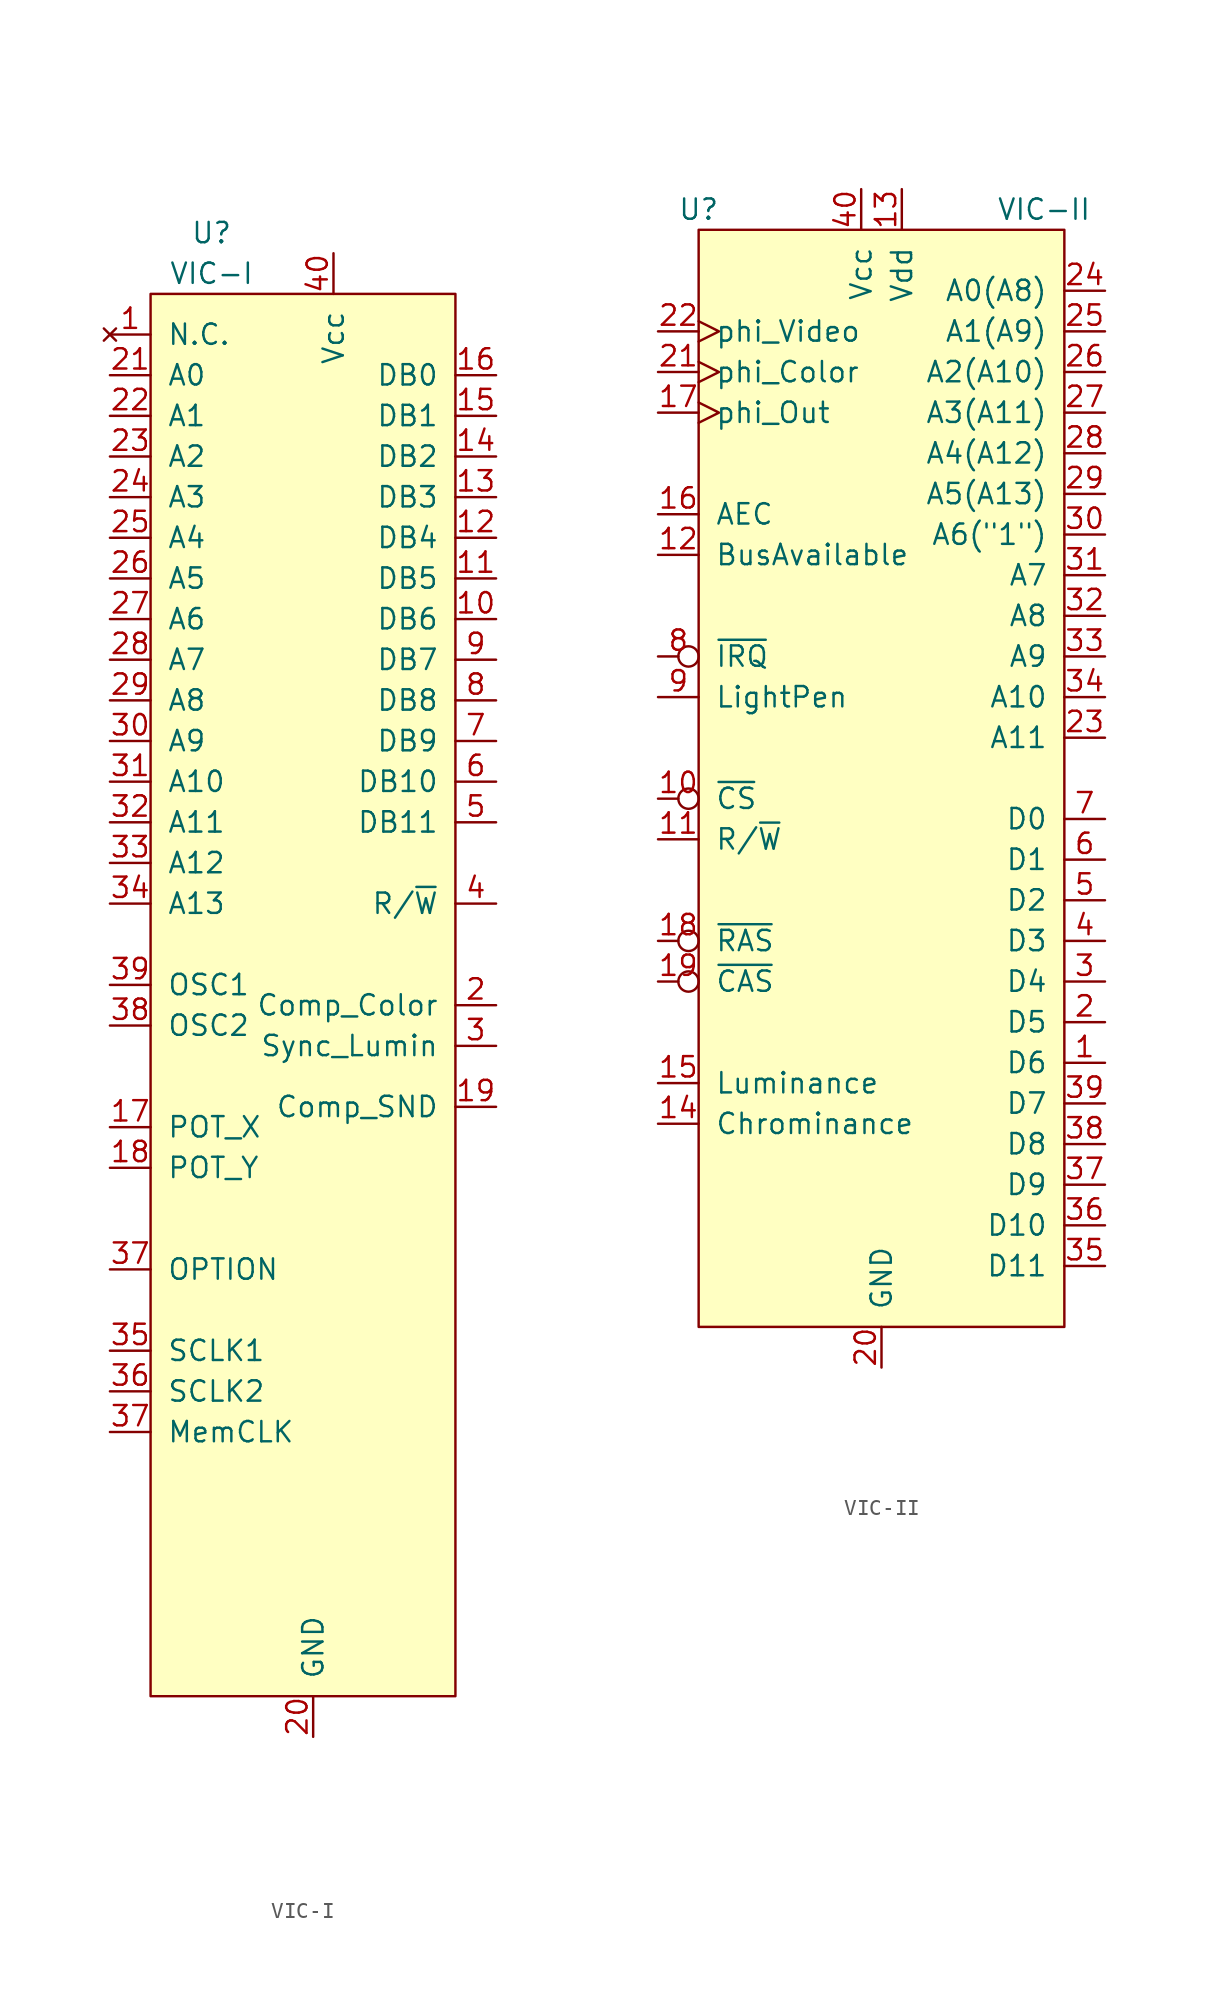
<source format=kicad_sym>
(kicad_symbol_lib
  (version 20201005)
  (generator kicad_symbol_editor)
  (symbol "C64:VIC-I"
    (pin_names
      (offset 1.016))
    (property "Reference" "U"
      (at -6.35 -2.54 0)
      (effects (font (size 1.27 1.27))))
    (property "Value" "VIC-I"
      (at -6.35 -5.08 0)
      (effects (font (size 1.27 1.27))))
    (symbol "VIC-I_0_1"
      (rectangle (start -10.16 -6.35) (end 8.89 -93.98) (stroke (width 0)) (fill (type background))))
    (symbol "VIC-I_1_1"
      (pin no_connect line (at -12.7 -8.89 0) (length 2.54) (name "N.C." (effects (font (size 1.27 1.27)))) (number "1" (effects (font (size 1.27 1.27)))))
      (pin bidirectional line (at 11.43 -26.67 180) (length 2.54) (name "DB6" (effects (font (size 1.27 1.27)))) (number "10" (effects (font (size 1.27 1.27)))))
      (pin bidirectional line (at 11.43 -24.13 180) (length 2.54) (name "DB5" (effects (font (size 1.27 1.27)))) (number "11" (effects (font (size 1.27 1.27)))))
      (pin bidirectional line (at 11.43 -21.59 180) (length 2.54) (name "DB4" (effects (font (size 1.27 1.27)))) (number "12" (effects (font (size 1.27 1.27)))))
      (pin bidirectional line (at 11.43 -19.05 180) (length 2.54) (name "DB3" (effects (font (size 1.27 1.27)))) (number "13" (effects (font (size 1.27 1.27)))))
      (pin bidirectional line (at 11.43 -16.51 180) (length 2.54) (name "DB2" (effects (font (size 1.27 1.27)))) (number "14" (effects (font (size 1.27 1.27)))))
      (pin bidirectional line (at 11.43 -13.97 180) (length 2.54) (name "DB1" (effects (font (size 1.27 1.27)))) (number "15" (effects (font (size 1.27 1.27)))))
      (pin bidirectional line (at 11.43 -11.43 180) (length 2.54) (name "DB0" (effects (font (size 1.27 1.27)))) (number "16" (effects (font (size 1.27 1.27)))))
      (pin input line (at -12.7 -58.42 0) (length 2.54) (name "POT_X" (effects (font (size 1.27 1.27)))) (number "17" (effects (font (size 1.27 1.27)))))
      (pin input line (at -12.7 -60.96 0) (length 2.54) (name "POT_Y" (effects (font (size 1.27 1.27)))) (number "18" (effects (font (size 1.27 1.27)))))
      (pin output line (at 11.43 -57.15 180) (length 2.54) (name "Comp_SND" (effects (font (size 1.27 1.27)))) (number "19" (effects (font (size 1.27 1.27)))))
      (pin output line (at 11.43 -50.8 180) (length 2.54) (name "Comp_Color" (effects (font (size 1.27 1.27)))) (number "2" (effects (font (size 1.27 1.27)))))
      (pin power_in line (at 0 -96.52 90) (length 2.54) (name "GND" (effects (font (size 1.27 1.27)))) (number "20" (effects (font (size 1.27 1.27)))))
      (pin output line (at -12.7 -11.43 0) (length 2.54) (name "A0" (effects (font (size 1.27 1.27)))) (number "21" (effects (font (size 1.27 1.27)))))
      (pin output line (at -12.7 -13.97 0) (length 2.54) (name "A1" (effects (font (size 1.27 1.27)))) (number "22" (effects (font (size 1.27 1.27)))))
      (pin output line (at -12.7 -16.51 0) (length 2.54) (name "A2" (effects (font (size 1.27 1.27)))) (number "23" (effects (font (size 1.27 1.27)))))
      (pin output line (at -12.7 -19.05 0) (length 2.54) (name "A3" (effects (font (size 1.27 1.27)))) (number "24" (effects (font (size 1.27 1.27)))))
      (pin output line (at -12.7 -21.59 0) (length 2.54) (name "A4" (effects (font (size 1.27 1.27)))) (number "25" (effects (font (size 1.27 1.27)))))
      (pin output line (at -12.7 -24.13 0) (length 2.54) (name "A5" (effects (font (size 1.27 1.27)))) (number "26" (effects (font (size 1.27 1.27)))))
      (pin output line (at -12.7 -26.67 0) (length 2.54) (name "A6" (effects (font (size 1.27 1.27)))) (number "27" (effects (font (size 1.27 1.27)))))
      (pin output line (at -12.7 -29.21 0) (length 2.54) (name "A7" (effects (font (size 1.27 1.27)))) (number "28" (effects (font (size 1.27 1.27)))))
      (pin output line (at -12.7 -31.75 0) (length 2.54) (name "A8" (effects (font (size 1.27 1.27)))) (number "29" (effects (font (size 1.27 1.27)))))
      (pin output line (at 11.43 -53.34 180) (length 2.54) (name "Sync_Lumin" (effects (font (size 1.27 1.27)))) (number "3" (effects (font (size 1.27 1.27)))))
      (pin output line (at -12.7 -34.29 0) (length 2.54) (name "A9" (effects (font (size 1.27 1.27)))) (number "30" (effects (font (size 1.27 1.27)))))
      (pin output line (at -12.7 -36.83 0) (length 2.54) (name "A10" (effects (font (size 1.27 1.27)))) (number "31" (effects (font (size 1.27 1.27)))))
      (pin output line (at -12.7 -39.37 0) (length 2.54) (name "A11" (effects (font (size 1.27 1.27)))) (number "32" (effects (font (size 1.27 1.27)))))
      (pin output line (at -12.7 -41.91 0) (length 2.54) (name "A12" (effects (font (size 1.27 1.27)))) (number "33" (effects (font (size 1.27 1.27)))))
      (pin output line (at -12.7 -44.45 0) (length 2.54) (name "A13" (effects (font (size 1.27 1.27)))) (number "34" (effects (font (size 1.27 1.27)))))
      (pin input line (at -12.7 -72.39 0) (length 2.54) (name "SCLK1" (effects (font (size 1.27 1.27)))) (number "35" (effects (font (size 1.27 1.27)))))
      (pin input line (at -12.7 -74.93 0) (length 2.54) (name "SCLK2" (effects (font (size 1.27 1.27)))) (number "36" (effects (font (size 1.27 1.27)))))
      (pin input line (at -12.7 -77.47 0) (length 2.54) (name "MemCLK" (effects (font (size 1.27 1.27)))) (number "37" (effects (font (size 1.27 1.27)))))
      (pin input line (at -12.7 -67.31 0) (length 2.54) (name "OPTION" (effects (font (size 1.27 1.27)))) (number "37" (effects (font (size 1.27 1.27)))))
      (pin input line (at -12.7 -52.07 0) (length 2.54) (name "OSC2" (effects (font (size 1.27 1.27)))) (number "38" (effects (font (size 1.27 1.27)))))
      (pin input line (at -12.7 -49.53 0) (length 2.54) (name "OSC1" (effects (font (size 1.27 1.27)))) (number "39" (effects (font (size 1.27 1.27)))))
      (pin bidirectional line (at 11.43 -44.45 180) (length 2.54) (name "R/~W~" (effects (font (size 1.27 1.27)))) (number "4" (effects (font (size 1.27 1.27)))))
      (pin power_in line (at 1.27 -3.81 270) (length 2.54) (name "Vcc" (effects (font (size 1.27 1.27)))) (number "40" (effects (font (size 1.27 1.27)))))
      (pin bidirectional line (at 11.43 -39.37 180) (length 2.54) (name "DB11" (effects (font (size 1.27 1.27)))) (number "5" (effects (font (size 1.27 1.27)))))
      (pin bidirectional line (at 11.43 -36.83 180) (length 2.54) (name "DB10" (effects (font (size 1.27 1.27)))) (number "6" (effects (font (size 1.27 1.27)))))
      (pin bidirectional line (at 11.43 -34.29 180) (length 2.54) (name "DB9" (effects (font (size 1.27 1.27)))) (number "7" (effects (font (size 1.27 1.27)))))
      (pin bidirectional line (at 11.43 -31.75 180) (length 2.54) (name "DB8" (effects (font (size 1.27 1.27)))) (number "8" (effects (font (size 1.27 1.27)))))
      (pin bidirectional line (at 11.43 -29.21 180) (length 2.54) (name "DB7" (effects (font (size 1.27 1.27)))) (number "9" (effects (font (size 1.27 1.27)))))))
  (symbol "C64:VIC-II"
    (pin_names
      (offset 1.016))
    (property "Reference" "U"
      (at -11.43 35.56 0)
      (effects (font (size 1.27 1.27))))
    (property "Value" "VIC-II"
      (at 10.16 35.56 0)
      (effects (font (size 1.27 1.27))))
    (symbol "VIC-II_0_1"
      (polyline (pts (xy 0 34.29) (xy 8.89 34.29) (xy 11.43 34.29) (xy 11.43 -34.29) (xy -11.43 -34.29) (xy -11.43 34.29) (xy 0 34.29)) (stroke (width 0)) (fill (type background))))
    (symbol "VIC-II_1_1"
      (pin bidirectional line (at 13.97 -17.78 180) (length 2.54) (name "D6" (effects (font (size 1.27 1.27)))) (number "1" (effects (font (size 1.27 1.27)))))
      (pin input inverted (at -13.97 -1.27 0) (length 2.54) (name "~CS~" (effects (font (size 1.27 1.27)))) (number "10" (effects (font (size 1.27 1.27)))))
      (pin output line (at -13.97 -3.81 0) (length 2.54) (name "R/~W~" (effects (font (size 1.27 1.27)))) (number "11" (effects (font (size 1.27 1.27)))))
      (pin output line (at -13.97 13.97 0) (length 2.54) (name "BusAvailable" (effects (font (size 1.27 1.27)))) (number "12" (effects (font (size 1.27 1.27)))))
      (pin power_in line (at 1.27 36.83 270) (length 2.54) (name "Vdd" (effects (font (size 1.27 1.27)))) (number "13" (effects (font (size 1.27 1.27)))))
      (pin output line (at -13.97 -21.59 0) (length 2.54) (name "Chrominance" (effects (font (size 1.27 1.27)))) (number "14" (effects (font (size 1.27 1.27)))))
      (pin output line (at -13.97 -19.05 0) (length 2.54) (name "Luminance" (effects (font (size 1.27 1.27)))) (number "15" (effects (font (size 1.27 1.27)))))
      (pin output line (at -13.97 16.51 0) (length 2.54) (name "AEC" (effects (font (size 1.27 1.27)))) (number "16" (effects (font (size 1.27 1.27)))))
      (pin output clock (at -13.97 22.86 0) (length 2.54) (name "phi_Out" (effects (font (size 1.27 1.27)))) (number "17" (effects (font (size 1.27 1.27)))))
      (pin input inverted (at -13.97 -10.16 0) (length 2.54) (name "~RAS" (effects (font (size 1.27 1.27)))) (number "18" (effects (font (size 1.27 1.27)))))
      (pin input inverted (at -13.97 -12.7 0) (length 2.54) (name "~CAS" (effects (font (size 1.27 1.27)))) (number "19" (effects (font (size 1.27 1.27)))))
      (pin bidirectional line (at 13.97 -15.24 180) (length 2.54) (name "D5" (effects (font (size 1.27 1.27)))) (number "2" (effects (font (size 1.27 1.27)))))
      (pin power_in line (at 0 -36.83 90) (length 2.54) (name "GND" (effects (font (size 1.27 1.27)))) (number "20" (effects (font (size 1.27 1.27)))))
      (pin input clock (at -13.97 25.4 0) (length 2.54) (name "phi_Color" (effects (font (size 1.27 1.27)))) (number "21" (effects (font (size 1.27 1.27)))))
      (pin input clock (at -13.97 27.94 0) (length 2.54) (name "phi_Video" (effects (font (size 1.27 1.27)))) (number "22" (effects (font (size 1.27 1.27)))))
      (pin output line (at 13.97 2.54 180) (length 2.54) (name "A11" (effects (font (size 1.27 1.27)))) (number "23" (effects (font (size 1.27 1.27)))))
      (pin output line (at 13.97 30.48 180) (length 2.54) (name "A0(A8)" (effects (font (size 1.27 1.27)))) (number "24" (effects (font (size 1.27 1.27)))))
      (pin output line (at 13.97 27.94 180) (length 2.54) (name "A1(A9)" (effects (font (size 1.27 1.27)))) (number "25" (effects (font (size 1.27 1.27)))))
      (pin output line (at 13.97 25.4 180) (length 2.54) (name "A2(A10)" (effects (font (size 1.27 1.27)))) (number "26" (effects (font (size 1.27 1.27)))))
      (pin output line (at 13.97 22.86 180) (length 2.54) (name "A3(A11)" (effects (font (size 1.27 1.27)))) (number "27" (effects (font (size 1.27 1.27)))))
      (pin output line (at 13.97 20.32 180) (length 2.54) (name "A4(A12)" (effects (font (size 1.27 1.27)))) (number "28" (effects (font (size 1.27 1.27)))))
      (pin output line (at 13.97 17.78 180) (length 2.54) (name "A5(A13)" (effects (font (size 1.27 1.27)))) (number "29" (effects (font (size 1.27 1.27)))))
      (pin bidirectional line (at 13.97 -12.7 180) (length 2.54) (name "D4" (effects (font (size 1.27 1.27)))) (number "3" (effects (font (size 1.27 1.27)))))
      (pin output line (at 13.97 15.24 180) (length 2.54) (name "A6(\"1\")" (effects (font (size 1.27 1.27)))) (number "30" (effects (font (size 1.27 1.27)))))
      (pin output line (at 13.97 12.7 180) (length 2.54) (name "A7" (effects (font (size 1.27 1.27)))) (number "31" (effects (font (size 1.27 1.27)))))
      (pin output line (at 13.97 10.16 180) (length 2.54) (name "A8" (effects (font (size 1.27 1.27)))) (number "32" (effects (font (size 1.27 1.27)))))
      (pin output line (at 13.97 7.62 180) (length 2.54) (name "A9" (effects (font (size 1.27 1.27)))) (number "33" (effects (font (size 1.27 1.27)))))
      (pin output line (at 13.97 5.08 180) (length 2.54) (name "A10" (effects (font (size 1.27 1.27)))) (number "34" (effects (font (size 1.27 1.27)))))
      (pin bidirectional line (at 13.97 -30.48 180) (length 2.54) (name "D11" (effects (font (size 1.27 1.27)))) (number "35" (effects (font (size 1.27 1.27)))))
      (pin bidirectional line (at 13.97 -27.94 180) (length 2.54) (name "D10" (effects (font (size 1.27 1.27)))) (number "36" (effects (font (size 1.27 1.27)))))
      (pin bidirectional line (at 13.97 -25.4 180) (length 2.54) (name "D9" (effects (font (size 1.27 1.27)))) (number "37" (effects (font (size 1.27 1.27)))))
      (pin bidirectional line (at 13.97 -22.86 180) (length 2.54) (name "D8" (effects (font (size 1.27 1.27)))) (number "38" (effects (font (size 1.27 1.27)))))
      (pin bidirectional line (at 13.97 -20.32 180) (length 2.54) (name "D7" (effects (font (size 1.27 1.27)))) (number "39" (effects (font (size 1.27 1.27)))))
      (pin bidirectional line (at 13.97 -10.16 180) (length 2.54) (name "D3" (effects (font (size 1.27 1.27)))) (number "4" (effects (font (size 1.27 1.27)))))
      (pin power_in line (at -1.27 36.83 270) (length 2.54) (name "Vcc" (effects (font (size 1.27 1.27)))) (number "40" (effects (font (size 1.27 1.27)))))
      (pin bidirectional line (at 13.97 -7.62 180) (length 2.54) (name "D2" (effects (font (size 1.27 1.27)))) (number "5" (effects (font (size 1.27 1.27)))))
      (pin bidirectional line (at 13.97 -5.08 180) (length 2.54) (name "D1" (effects (font (size 1.27 1.27)))) (number "6" (effects (font (size 1.27 1.27)))))
      (pin bidirectional line (at 13.97 -2.54 180) (length 2.54) (name "D0" (effects (font (size 1.27 1.27)))) (number "7" (effects (font (size 1.27 1.27)))))
      (pin output inverted (at -13.97 7.62 0) (length 2.54) (name "~IRQ~" (effects (font (size 1.27 1.27)))) (number "8" (effects (font (size 1.27 1.27)))))
      (pin input line (at -13.97 5.08 0) (length 2.54) (name "LightPen" (effects (font (size 1.27 1.27)))) (number "9" (effects (font (size 1.27 1.27))))))))
</source>
